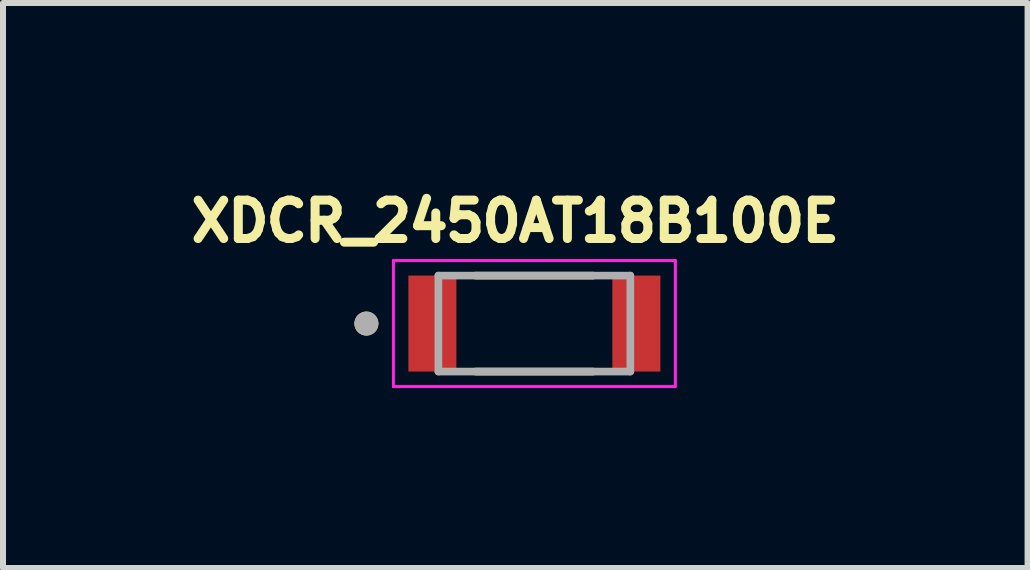
<source format=kicad_pcb>
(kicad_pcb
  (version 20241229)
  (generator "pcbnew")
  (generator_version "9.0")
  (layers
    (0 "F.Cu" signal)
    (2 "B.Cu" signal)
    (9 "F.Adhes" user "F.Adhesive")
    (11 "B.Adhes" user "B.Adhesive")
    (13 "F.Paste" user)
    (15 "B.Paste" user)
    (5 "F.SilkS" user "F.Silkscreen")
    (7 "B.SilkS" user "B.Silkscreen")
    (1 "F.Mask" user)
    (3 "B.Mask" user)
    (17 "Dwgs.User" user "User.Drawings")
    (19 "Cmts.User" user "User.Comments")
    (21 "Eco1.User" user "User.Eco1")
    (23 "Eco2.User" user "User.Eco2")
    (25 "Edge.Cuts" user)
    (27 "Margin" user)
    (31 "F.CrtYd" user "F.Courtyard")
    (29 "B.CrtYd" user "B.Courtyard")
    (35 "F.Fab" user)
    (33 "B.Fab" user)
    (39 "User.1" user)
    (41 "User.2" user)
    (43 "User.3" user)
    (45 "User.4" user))
  (footprint "XDCR_2450AT18B100E"
    (layer "F.Cu")
    (at 5.858 2.344)
    (property "Reference" "XDCR_2450AT18B100E" (at -0.318 -1.706 0) (layer "F.SilkS") (effects (font (size 0.64 0.64) (thickness 0.15))))
    (attr smd)
    (fp_line (start -0.98 -0.8) (end 0.98 -0.8) (stroke (width 0.127) (type solid)) (layer "F.SilkS"))
    (fp_line (start -0.98 0.8) (end 0.98 0.8) (stroke (width 0.127) (type solid)) (layer "F.SilkS"))
    (fp_circle (center -2.8 0) (end -2.7 0) (stroke (width 0.2) (type solid)) (fill no) (layer "F.SilkS"))
    (fp_line (start -2.35 -1.05) (end 2.35 -1.05) (stroke (width 0.05) (type solid)) (layer "F.CrtYd"))
    (fp_line (start -2.35 1.05) (end -2.35 -1.05) (stroke (width 0.05) (type solid)) (layer "F.CrtYd"))
    (fp_line (start 2.35 -1.05) (end 2.35 1.05) (stroke (width 0.05) (type solid)) (layer "F.CrtYd"))
    (fp_line (start 2.35 1.05) (end -2.35 1.05) (stroke (width 0.05) (type solid)) (layer "F.CrtYd"))
    (fp_line (start -1.6 -0.8) (end -1.6 0.8) (stroke (width 0.127) (type solid)) (layer "F.Fab"))
    (fp_line (start -1.6 0.8) (end 1.6 0.8) (stroke (width 0.127) (type solid)) (layer "F.Fab"))
    (fp_line (start 1.6 -0.8) (end -1.6 -0.8) (stroke (width 0.127) (type solid)) (layer "F.Fab"))
    (fp_line (start 1.6 0.8) (end 1.6 -0.8) (stroke (width 0.127) (type solid)) (layer "F.Fab"))
    (fp_circle (center -2.8 0) (end -2.7 0) (stroke (width 0.2) (type solid)) (fill no) (layer "F.Fab"))
    (pad "1" smd rect (at -1.7 0) (size 0.8 1.6) (layers "F.Cu" "F.Mask" "F.Paste"))
    (pad "2" smd rect (at 1.7 0) (size 0.8 1.6) (layers "F.Cu" "F.Mask" "F.Paste")))
  (gr_rect
    (start -3 -3)
    (end 14.08 6.419)
    (stroke (width 0.1) (type default))
    (fill no)
    (layer "Edge.Cuts")))
</source>
